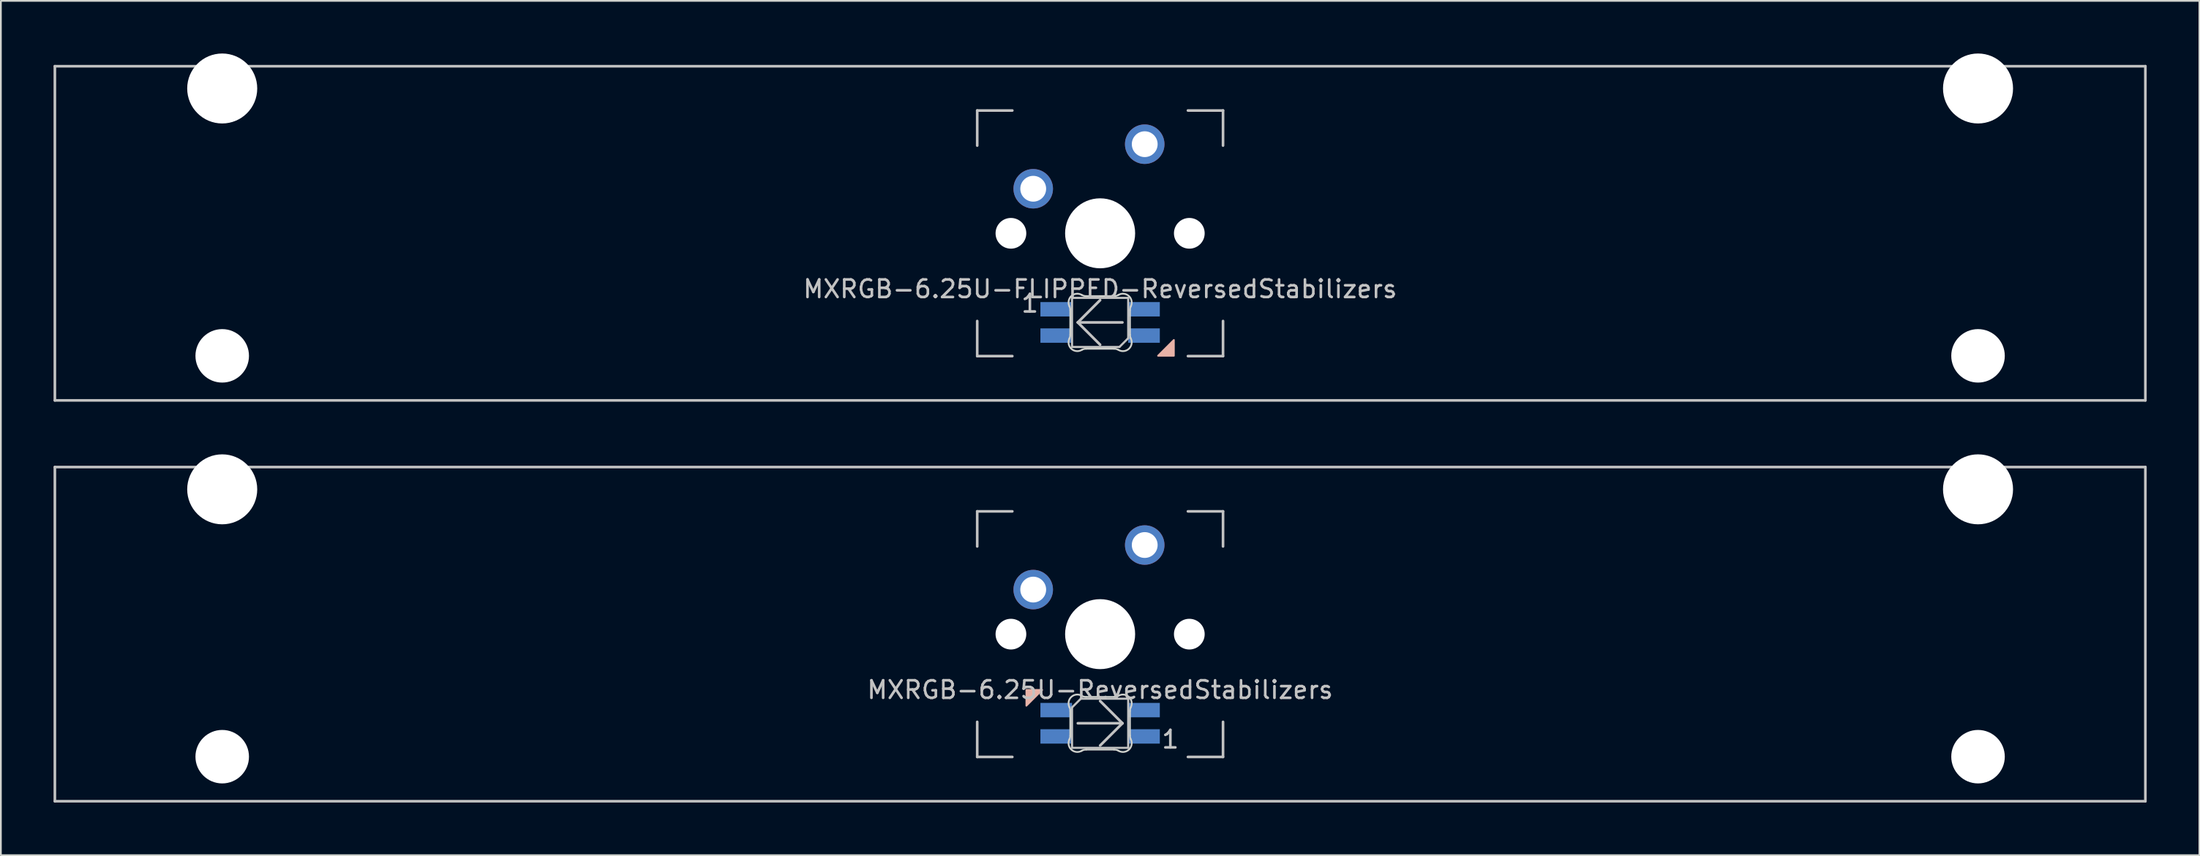
<source format=kicad_pcb>
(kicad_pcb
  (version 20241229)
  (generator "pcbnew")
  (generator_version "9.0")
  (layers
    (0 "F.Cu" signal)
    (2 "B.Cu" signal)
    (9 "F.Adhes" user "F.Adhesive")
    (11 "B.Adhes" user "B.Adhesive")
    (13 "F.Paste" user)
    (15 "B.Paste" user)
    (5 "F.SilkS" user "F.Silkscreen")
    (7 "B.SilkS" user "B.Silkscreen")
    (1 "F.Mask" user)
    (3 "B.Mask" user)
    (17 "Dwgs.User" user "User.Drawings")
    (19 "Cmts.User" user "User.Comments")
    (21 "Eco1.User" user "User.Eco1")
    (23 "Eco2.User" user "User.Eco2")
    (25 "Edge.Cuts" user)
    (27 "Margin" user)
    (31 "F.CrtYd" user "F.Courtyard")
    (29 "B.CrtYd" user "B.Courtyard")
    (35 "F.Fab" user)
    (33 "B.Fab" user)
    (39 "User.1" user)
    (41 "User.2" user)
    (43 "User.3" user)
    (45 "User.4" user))
  (footprint "MXRGB-6.25U-FLIPPED-ReversedStabilizers"
    (layer "F.Cu")
    (at 59.606 10.249)
    (property "Reference" "MXRGB-6.25U-FLIPPED-ReversedStabilizers" (at 0 3.175 0) (layer "Dwgs.User") (effects (font (size 1 1) (thickness 0.15))))
    (attr through_hole)
    (fp_poly (pts (xy 4.2 6.08) (xy 3.3 6.98) (xy 4.2 6.98)) (stroke (width 0.1) (type solid)) (fill yes) (layer "B.SilkS"))
    (fp_line (start -59.531 -9.525) (end 59.531 -9.525) (stroke (width 0.15) (type solid)) (layer "Dwgs.User"))
    (fp_line (start -59.531 9.525) (end -59.531 -9.525) (stroke (width 0.15) (type solid)) (layer "Dwgs.User"))
    (fp_line (start -59.531 9.525) (end 59.531 9.525) (stroke (width 0.15) (type solid)) (layer "Dwgs.User"))
    (fp_line (start -7 -7) (end -7 -5) (stroke (width 0.15) (type solid)) (layer "Dwgs.User"))
    (fp_line (start -7 5) (end -7 7) (stroke (width 0.15) (type solid)) (layer "Dwgs.User"))
    (fp_line (start -7 7) (end -5 7) (stroke (width 0.15) (type solid)) (layer "Dwgs.User"))
    (fp_line (start -5 -7) (end -7 -7) (stroke (width 0.15) (type solid)) (layer "Dwgs.User"))
    (fp_line (start -1.6 3.68) (end -1.6 6.48) (stroke (width 0.12) (type solid)) (layer "Dwgs.User"))
    (fp_line (start -1.6 6.48) (end 1.1 6.48) (stroke (width 0.12) (type solid)) (layer "Dwgs.User"))
    (fp_line (start -1.27 5.08) (end 0 3.81) (stroke (width 0.15) (type solid)) (layer "Dwgs.User"))
    (fp_line (start -1.27 5.08) (end 0 6.35) (stroke (width 0.15) (type solid)) (layer "Dwgs.User"))
    (fp_line (start -1.27 5.08) (end 1.27 5.08) (stroke (width 0.15) (type solid)) (layer "Dwgs.User"))
    (fp_line (start 1.6 3.68) (end -1.6 3.68) (stroke (width 0.12) (type solid)) (layer "Dwgs.User"))
    (fp_line (start 1.6 5.98) (end 1.1 6.48) (stroke (width 0.12) (type solid)) (layer "Dwgs.User"))
    (fp_line (start 1.6 5.98) (end 1.6 3.68) (stroke (width 0.12) (type solid)) (layer "Dwgs.User"))
    (fp_line (start 5 -7) (end 7 -7) (stroke (width 0.15) (type solid)) (layer "Dwgs.User"))
    (fp_line (start 5 7) (end 7 7) (stroke (width 0.15) (type solid)) (layer "Dwgs.User"))
    (fp_line (start 7 -7) (end 7 -5) (stroke (width 0.15) (type solid)) (layer "Dwgs.User"))
    (fp_line (start 7 7) (end 7 5) (stroke (width 0.15) (type solid)) (layer "Dwgs.User"))
    (fp_line (start 59.531 -9.525) (end 59.531 9.525) (stroke (width 0.15) (type solid)) (layer "Dwgs.User"))
    (fp_line (start -1.7 5.783) (end -1.7 4.377) (stroke (width 0.1) (type solid)) (layer "Edge.Cuts"))
    (fp_line (start -0.794 3.58) (end 0.794 3.58) (stroke (width 0.1) (type solid)) (layer "Edge.Cuts"))
    (fp_line (start 0.794 6.58) (end -0.794 6.58) (stroke (width 0.1) (type solid)) (layer "Edge.Cuts"))
    (fp_line (start 1.7 4.377) (end 1.7 5.783) (stroke (width 0.1) (type solid)) (layer "Edge.Cuts"))
    (fp_arc (start -1.749484 4.160279) (mid -1.712527 4.265931) (end -1.699999 4.377157) (stroke (width 0.1) (type solid)) (layer "Edge.Cuts"))
    (fp_arc (start -1.749484 4.160279) (mid -1.638071 3.575964) (end -1.046711 3.5117) (stroke (width 0.1) (type solid)) (layer "Edge.Cuts"))
    (fp_arc (start -1.699999 5.782842) (mid -1.712527 5.894067) (end -1.749484 5.999719) (stroke (width 0.1) (type solid)) (layer "Edge.Cuts"))
    (fp_arc (start -1.046711 6.648296) (mid -1.63807 6.584033) (end -1.749484 5.999719) (stroke (width 0.1) (type solid)) (layer "Edge.Cuts"))
    (fp_arc (start -1.04671 6.648298) (mid -0.925122 6.597376) (end -0.794452 6.579999) (stroke (width 0.1) (type solid)) (layer "Edge.Cuts"))
    (fp_arc (start -0.794453 3.579999) (mid -0.925123 3.562622) (end -1.046711 3.5117) (stroke (width 0.1) (type solid)) (layer "Edge.Cuts"))
    (fp_arc (start 0.794452 6.579999) (mid 0.925123 6.597376) (end 1.046711 6.648298) (stroke (width 0.1) (type solid)) (layer "Edge.Cuts"))
    (fp_arc (start 1.046711 3.511701) (mid 0.925123 3.562623) (end 0.794453 3.58) (stroke (width 0.1) (type solid)) (layer "Edge.Cuts"))
    (fp_arc (start 1.046711 3.511701) (mid 1.638071 3.575965) (end 1.749484 4.160279) (stroke (width 0.1) (type solid)) (layer "Edge.Cuts"))
    (fp_arc (start 1.699999 4.377156) (mid 1.712527 4.265931) (end 1.749484 4.160279) (stroke (width 0.1) (type solid)) (layer "Edge.Cuts"))
    (fp_arc (start 1.749484 5.999718) (mid 1.638072 6.584034) (end 1.046711 6.648298) (stroke (width 0.1) (type solid)) (layer "Edge.Cuts"))
    (fp_arc (start 1.749484 5.999719) (mid 1.712527 5.894067) (end 1.699999 5.782841) (stroke (width 0.1) (type solid)) (layer "Edge.Cuts"))
    (fp_text user "1" (at -4 4 0) (layer "Dwgs.User") (effects (font (size 1 1) (thickness 0.15))))
    (pad "" np_thru_hole circle (at -50 -8.255) (size 3.988 3.988) (drill 3.988) (layers "*.Cu" "*.Mask"))
    (pad "" np_thru_hole circle (at -50 6.985) (size 3.048 3.048) (drill 3.048) (layers "*.Cu" "*.Mask"))
    (pad "" np_thru_hole circle (at -5.08 0 48.1) (size 1.75 1.75) (drill 1.75) (layers "*.Cu" "*.Mask"))
    (pad "" np_thru_hole circle (at 0 0) (size 3.988 3.988) (drill 3.988) (layers "*.Cu" "*.Mask"))
    (pad "" np_thru_hole circle (at 5.08 0 48.1) (size 1.75 1.75) (drill 1.75) (layers "*.Cu" "*.Mask"))
    (pad "" np_thru_hole circle (at 50 -8.255) (size 3.988 3.988) (drill 3.988) (layers "*.Cu" "*.Mask"))
    (pad "" np_thru_hole circle (at 50 6.985) (size 3.048 3.048) (drill 3.048) (layers "*.Cu" "*.Mask"))
    (pad "1" thru_hole circle (at -3.81 -2.54) (size 2.25 2.25) (drill 1.47) (layers "*.Cu" "B.Mask"))
    (pad "2" thru_hole circle (at 2.54 -5.08) (size 2.25 2.25) (drill 1.47) (layers "*.Cu" "B.Mask"))
    (pad "3" smd rect (at -2.5 4.33) (size 1.8 0.82) (layers "B.Cu" "B.Mask" "B.Paste"))
    (pad "4" smd rect (at -2.5 5.83) (size 1.8 0.82) (layers "B.Cu" "B.Mask" "B.Paste"))
    (pad "5" smd rect (at 2.5 5.83) (size 1.8 0.82) (layers "B.Cu" "B.Mask" "B.Paste"))
    (pad "6" smd rect (at 2.5 4.33) (size 1.8 0.82) (layers "B.Cu" "B.Mask" "B.Paste")))
  (footprint "MXRGB-6.25U-ReversedStabilizers"
    (layer "F.Cu")
    (at 59.606 33.098)
    (property "Reference" "MXRGB-6.25U-ReversedStabilizers" (at 0 3.175 0) (layer "Dwgs.User") (effects (font (size 1 1) (thickness 0.15))))
    (attr through_hole)
    (fp_poly (pts (xy -4.2 4.08) (xy -3.3 3.18) (xy -4.2 3.18)) (stroke (width 0.1) (type solid)) (fill yes) (layer "B.SilkS"))
    (fp_line (start -59.531 -9.525) (end 59.531 -9.525) (stroke (width 0.15) (type solid)) (layer "Dwgs.User"))
    (fp_line (start -59.531 9.525) (end -59.531 -9.525) (stroke (width 0.15) (type solid)) (layer "Dwgs.User"))
    (fp_line (start -59.531 9.525) (end 59.531 9.525) (stroke (width 0.15) (type solid)) (layer "Dwgs.User"))
    (fp_line (start -7 -7) (end -7 -5) (stroke (width 0.15) (type solid)) (layer "Dwgs.User"))
    (fp_line (start -7 5) (end -7 7) (stroke (width 0.15) (type solid)) (layer "Dwgs.User"))
    (fp_line (start -7 7) (end -5 7) (stroke (width 0.15) (type solid)) (layer "Dwgs.User"))
    (fp_line (start -5 -7) (end -7 -7) (stroke (width 0.15) (type solid)) (layer "Dwgs.User"))
    (fp_line (start -1.6 4.18) (end -1.6 6.48) (stroke (width 0.12) (type solid)) (layer "Dwgs.User"))
    (fp_line (start -1.6 4.18) (end -1.1 3.68) (stroke (width 0.12) (type solid)) (layer "Dwgs.User"))
    (fp_line (start -1.6 6.48) (end 1.6 6.48) (stroke (width 0.12) (type solid)) (layer "Dwgs.User"))
    (fp_line (start -1.27 5.08) (end 1.27 5.08) (stroke (width 0.15) (type solid)) (layer "Dwgs.User"))
    (fp_line (start 1.27 5.08) (end 0 3.81) (stroke (width 0.15) (type solid)) (layer "Dwgs.User"))
    (fp_line (start 1.27 5.08) (end 0 6.35) (stroke (width 0.15) (type solid)) (layer "Dwgs.User"))
    (fp_line (start 1.6 3.68) (end -1.1 3.68) (stroke (width 0.12) (type solid)) (layer "Dwgs.User"))
    (fp_line (start 1.6 6.48) (end 1.6 3.68) (stroke (width 0.12) (type solid)) (layer "Dwgs.User"))
    (fp_line (start 5 -7) (end 7 -7) (stroke (width 0.15) (type solid)) (layer "Dwgs.User"))
    (fp_line (start 5 7) (end 7 7) (stroke (width 0.15) (type solid)) (layer "Dwgs.User"))
    (fp_line (start 7 -7) (end 7 -5) (stroke (width 0.15) (type solid)) (layer "Dwgs.User"))
    (fp_line (start 7 7) (end 7 5) (stroke (width 0.15) (type solid)) (layer "Dwgs.User"))
    (fp_line (start 59.531 -9.525) (end 59.531 9.525) (stroke (width 0.15) (type solid)) (layer "Dwgs.User"))
    (fp_line (start -1.7 5.783) (end -1.7 4.377) (stroke (width 0.1) (type solid)) (layer "Edge.Cuts"))
    (fp_line (start -0.794 3.58) (end 0.794 3.58) (stroke (width 0.1) (type solid)) (layer "Edge.Cuts"))
    (fp_line (start 0.794 6.58) (end -0.794 6.58) (stroke (width 0.1) (type solid)) (layer "Edge.Cuts"))
    (fp_line (start 1.7 4.377) (end 1.7 5.783) (stroke (width 0.1) (type solid)) (layer "Edge.Cuts"))
    (fp_arc (start -1.749484 4.160281) (mid -1.712527 4.265933) (end -1.699999 4.377159) (stroke (width 0.1) (type solid)) (layer "Edge.Cuts"))
    (fp_arc (start -1.749484 4.160282) (mid -1.638072 3.575966) (end -1.046711 3.511702) (stroke (width 0.1) (type solid)) (layer "Edge.Cuts"))
    (fp_arc (start -1.699999 5.782844) (mid -1.712527 5.894069) (end -1.749484 5.999721) (stroke (width 0.1) (type solid)) (layer "Edge.Cuts"))
    (fp_arc (start -1.046711 6.648299) (mid -1.638071 6.584035) (end -1.749484 5.999721) (stroke (width 0.1) (type solid)) (layer "Edge.Cuts"))
    (fp_arc (start -1.046711 6.648299) (mid -0.925123 6.597377) (end -0.794453 6.58) (stroke (width 0.1) (type solid)) (layer "Edge.Cuts"))
    (fp_arc (start -0.794452 3.580001) (mid -0.925123 3.562624) (end -1.046711 3.511702) (stroke (width 0.1) (type solid)) (layer "Edge.Cuts"))
    (fp_arc (start 0.794453 6.580001) (mid 0.925123 6.597378) (end 1.046711 6.6483) (stroke (width 0.1) (type solid)) (layer "Edge.Cuts"))
    (fp_arc (start 1.04671 3.511702) (mid 0.925122 3.562624) (end 0.794452 3.580001) (stroke (width 0.1) (type solid)) (layer "Edge.Cuts"))
    (fp_arc (start 1.046711 3.511704) (mid 1.63807 3.575967) (end 1.749484 4.160281) (stroke (width 0.1) (type solid)) (layer "Edge.Cuts"))
    (fp_arc (start 1.699999 4.377158) (mid 1.712527 4.265933) (end 1.749484 4.160281) (stroke (width 0.1) (type solid)) (layer "Edge.Cuts"))
    (fp_arc (start 1.749484 5.999721) (mid 1.638071 6.584036) (end 1.046711 6.6483) (stroke (width 0.1) (type solid)) (layer "Edge.Cuts"))
    (fp_arc (start 1.749484 5.999721) (mid 1.712527 5.894069) (end 1.699999 5.782843) (stroke (width 0.1) (type solid)) (layer "Edge.Cuts"))
    (fp_text user "1" (at 4 6 0) (layer "Dwgs.User") (effects (font (size 1 1) (thickness 0.15))))
    (pad "" np_thru_hole circle (at -50 -8.255) (size 3.988 3.988) (drill 3.988) (layers "*.Cu" "*.Mask"))
    (pad "" np_thru_hole circle (at -50 6.985) (size 3.048 3.048) (drill 3.048) (layers "*.Cu" "*.Mask"))
    (pad "" np_thru_hole circle (at -5.08 0 48.1) (size 1.75 1.75) (drill 1.75) (layers "*.Cu" "*.Mask"))
    (pad "" np_thru_hole circle (at 0 0) (size 3.988 3.988) (drill 3.988) (layers "*.Cu" "*.Mask"))
    (pad "" np_thru_hole circle (at 5.08 0 48.1) (size 1.75 1.75) (drill 1.75) (layers "*.Cu" "*.Mask"))
    (pad "" np_thru_hole circle (at 50 -8.255) (size 3.988 3.988) (drill 3.988) (layers "*.Cu" "*.Mask"))
    (pad "" np_thru_hole circle (at 50 6.985) (size 3.048 3.048) (drill 3.048) (layers "*.Cu" "*.Mask"))
    (pad "1" thru_hole circle (at -3.81 -2.54) (size 2.25 2.25) (drill 1.47) (layers "*.Cu" "B.Mask"))
    (pad "2" thru_hole circle (at 2.54 -5.08) (size 2.25 2.25) (drill 1.47) (layers "*.Cu" "B.Mask"))
    (pad "3" smd rect (at 2.5 5.83) (size 1.8 0.82) (layers "B.Cu" "B.Mask" "B.Paste"))
    (pad "4" smd rect (at 2.5 4.33) (size 1.8 0.82) (layers "B.Cu" "B.Mask" "B.Paste"))
    (pad "5" smd rect (at -2.5 4.33) (size 1.8 0.82) (layers "B.Cu" "B.Mask" "B.Paste"))
    (pad "6" smd rect (at -2.5 5.83) (size 1.8 0.82) (layers "B.Cu" "B.Mask" "B.Paste")))
  (gr_rect
    (start -3 -3)
    (end 122.213 45.698)
    (stroke (width 0.1) (type default))
    (fill no)
    (layer "Edge.Cuts")))
</source>
